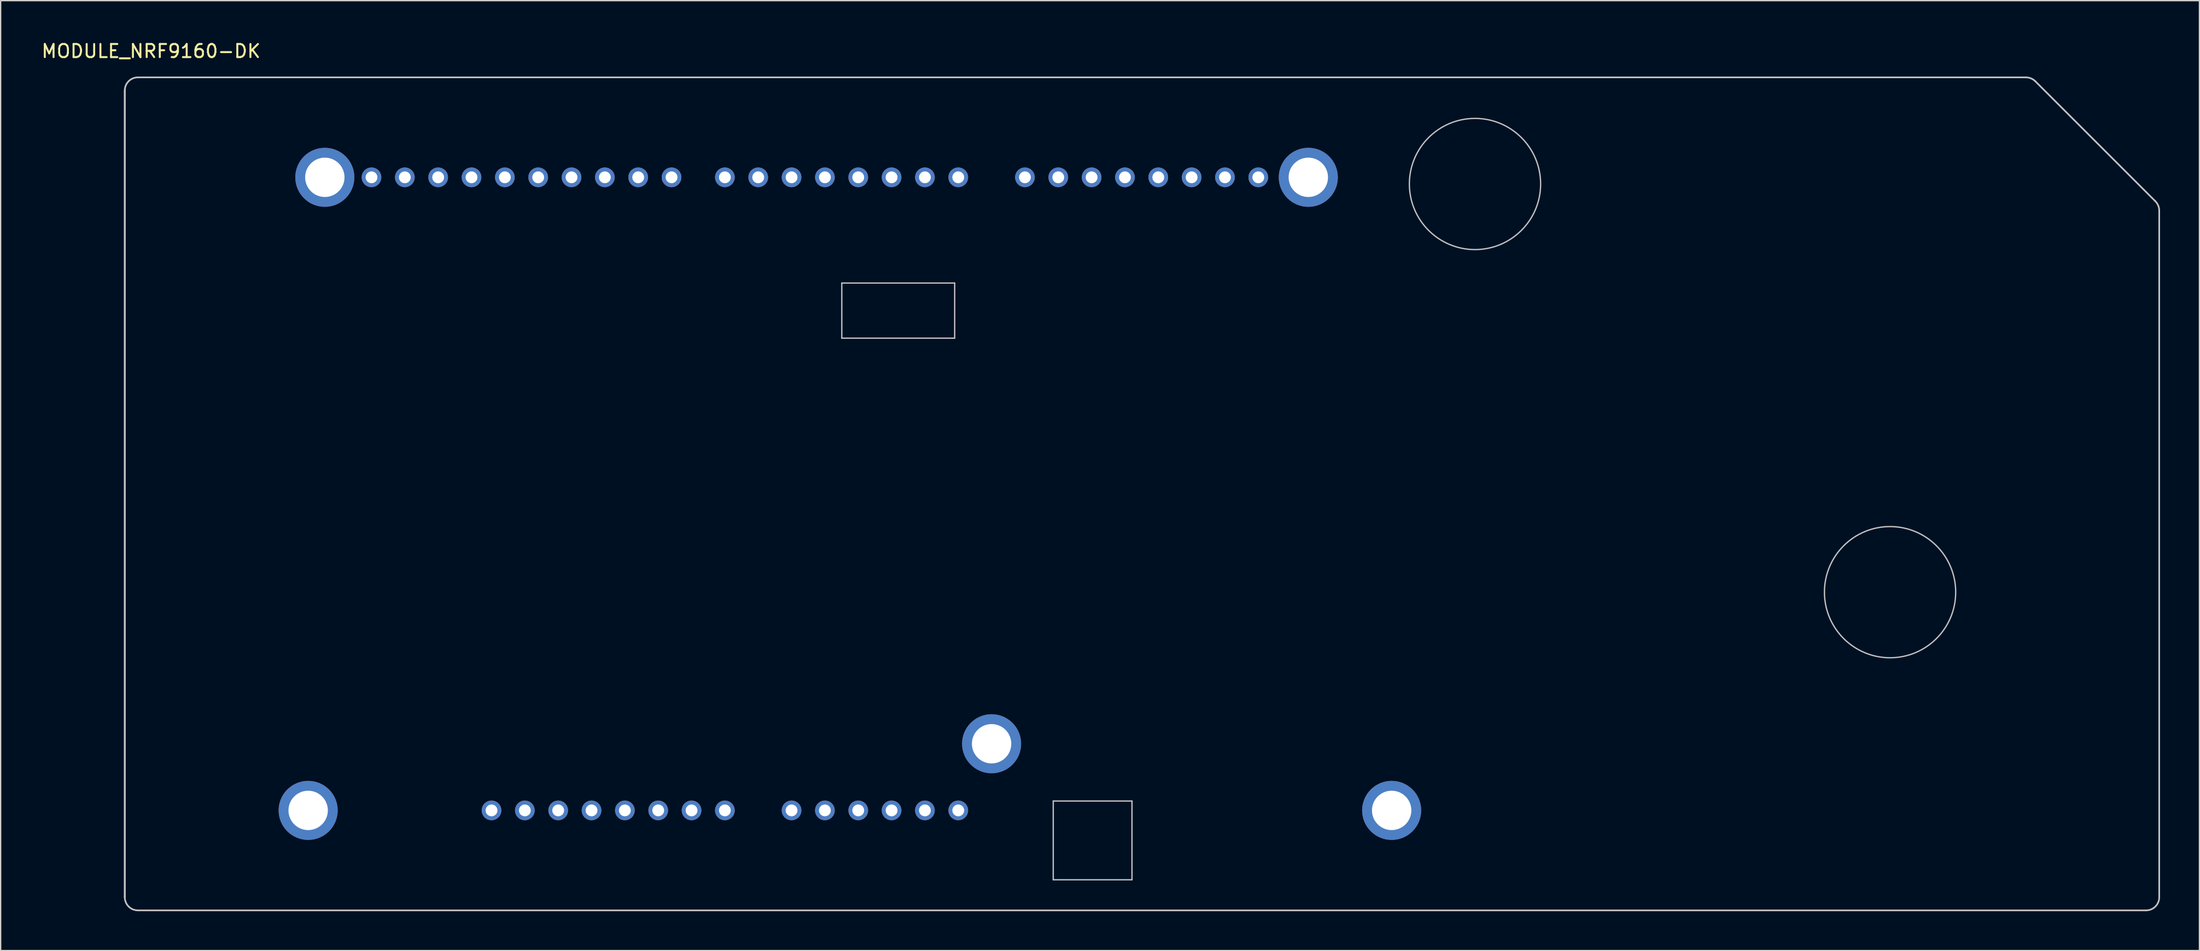
<source format=kicad_pcb>
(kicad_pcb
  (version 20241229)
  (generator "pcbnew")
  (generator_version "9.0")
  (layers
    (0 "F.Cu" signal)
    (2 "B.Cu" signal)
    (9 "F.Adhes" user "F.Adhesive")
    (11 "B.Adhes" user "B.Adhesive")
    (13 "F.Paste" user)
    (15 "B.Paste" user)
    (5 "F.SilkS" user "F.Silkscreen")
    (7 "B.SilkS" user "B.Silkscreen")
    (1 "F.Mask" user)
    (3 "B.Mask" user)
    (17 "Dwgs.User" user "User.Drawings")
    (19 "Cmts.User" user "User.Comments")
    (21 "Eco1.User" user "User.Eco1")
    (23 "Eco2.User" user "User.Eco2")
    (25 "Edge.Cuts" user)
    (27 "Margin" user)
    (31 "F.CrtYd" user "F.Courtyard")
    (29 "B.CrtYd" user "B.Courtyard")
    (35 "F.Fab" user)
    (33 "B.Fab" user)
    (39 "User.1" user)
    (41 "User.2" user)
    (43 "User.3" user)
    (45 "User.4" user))
  (footprint "MODULE_NRF9160-DK"
    (layer "F.Cu")
    (at 6.458 2.848)
    (property "Reference" "MODULE_NRF9160-DK" (at 2 -2 0) (layer "F.SilkS") (effects (font (size 1 1) (thickness 0.15))))
    (attr through_hole)
    (fp_line (start 0 62.5) (end 0 1) (stroke (width 0.127) (type solid)) (layer "Dwgs.User"))
    (fp_line (start 1 0) (end 144.829 0) (stroke (width 0.127) (type solid)) (layer "Dwgs.User"))
    (fp_line (start 54.628 19.881) (end 54.628 15.679) (stroke (width 0.1) (type default)) (layer "Dwgs.User"))
    (fp_line (start 54.628 19.881) (end 63.228 19.881) (stroke (width 0.1) (type default)) (layer "Dwgs.User"))
    (fp_line (start 63.228 15.679) (end 54.628 15.679) (stroke (width 0.1) (type default)) (layer "Dwgs.User"))
    (fp_line (start 63.228 15.679) (end 63.228 19.881) (stroke (width 0.1) (type default)) (layer "Dwgs.User"))
    (fp_line (start 70.737 55.166) (end 70.737 61.166) (stroke (width 0.1) (type default)) (layer "Dwgs.User"))
    (fp_line (start 70.737 55.166) (end 76.736 55.166) (stroke (width 0.1) (type default)) (layer "Dwgs.User"))
    (fp_line (start 70.737 61.166) (end 76.736 61.166) (stroke (width 0.1) (type default)) (layer "Dwgs.User"))
    (fp_line (start 76.736 61.166) (end 76.736 55.166) (stroke (width 0.1) (type default)) (layer "Dwgs.User"))
    (fp_line (start 145.553 0.291) (end 154.702 9.44) (stroke (width 0.127) (type solid)) (layer "Dwgs.User"))
    (fp_line (start 154 63.5) (end 1 63.5) (stroke (width 0.127) (type solid)) (layer "Dwgs.User"))
    (fp_line (start 155 10.158) (end 155 62.5) (stroke (width 0.127) (type solid)) (layer "Dwgs.User"))
    (fp_arc (start 0 1) (mid 0.292893 0.292894) (end 1 0) (stroke (width 0.127) (type solid)) (layer "Dwgs.User"))
    (fp_arc (start 1 63.5) (mid 0.292894 63.207107) (end 0 62.5) (stroke (width 0.127) (type solid)) (layer "Dwgs.User"))
    (fp_arc (start 144.829 0) (mid 145.219943 0.073491) (end 145.553 0.291) (stroke (width 0.127) (type solid)) (layer "Dwgs.User"))
    (fp_arc (start 154.702 9.44) (mid 154.92241 9.769362) (end 155 10.158) (stroke (width 0.127) (type solid)) (layer "Dwgs.User"))
    (fp_arc (start 155 62.5) (mid 154.707107 63.207106) (end 154 63.5) (stroke (width 0.127) (type solid)) (layer "Dwgs.User"))
    (fp_circle (center 102.87 8.128) (end 107.87 8.128) (stroke (width 0.1) (type default)) (fill no) (layer "Dwgs.User"))
    (fp_circle (center 134.493 39.243) (end 139.493 39.243) (stroke (width 0.1) (type default)) (fill no) (layer "Dwgs.User"))
    (fp_line (start 0 62.5) (end 0 1) (stroke (width 0.127) (type solid)) (layer "F.Fab"))
    (pad "" thru_hole circle (at 13.97 55.879) (size 4.5 4.5) (drill 3) (layers "*.Cu" "*.Mask"))
    (pad "" thru_hole circle (at 15.24 7.619) (size 4.5 4.5) (drill 3) (layers "*.Cu" "*.Mask"))
    (pad "" thru_hole circle (at 66.04 50.799) (size 4.5 4.5) (drill 3) (layers "*.Cu" "*.Mask"))
    (pad "" thru_hole circle (at 90.17 7.619) (size 4.5 4.5) (drill 3) (layers "*.Cu" "*.Mask"))
    (pad "" thru_hole circle (at 96.52 55.879) (size 4.5 4.5) (drill 3) (layers "*.Cu" "*.Mask"))
    (pad "P1_1" thru_hole circle (at 27.94 55.879) (size 1.5 1.5) (drill 0.9) (layers "*.Cu" "*.Mask"))
    (pad "P1_2" thru_hole circle (at 30.48 55.879) (size 1.5 1.5) (drill 0.9) (layers "*.Cu" "*.Mask"))
    (pad "P1_3" thru_hole circle (at 33.02 55.879) (size 1.5 1.5) (drill 0.9) (layers "*.Cu" "*.Mask"))
    (pad "P1_4" thru_hole circle (at 35.56 55.879) (size 1.5 1.5) (drill 0.9) (layers "*.Cu" "*.Mask"))
    (pad "P1_5" thru_hole circle (at 38.1 55.879) (size 1.5 1.5) (drill 0.9) (layers "*.Cu" "*.Mask"))
    (pad "P1_6" thru_hole circle (at 40.64 55.879) (size 1.5 1.5) (drill 0.9) (layers "*.Cu" "*.Mask"))
    (pad "P1_7" thru_hole circle (at 43.18 55.879) (size 1.5 1.5) (drill 0.9) (layers "*.Cu" "*.Mask"))
    (pad "P1_8" thru_hole circle (at 45.72 55.879) (size 1.5 1.5) (drill 0.9) (layers "*.Cu" "*.Mask"))
    (pad "P2_1" thru_hole circle (at 50.8 55.879) (size 1.5 1.5) (drill 0.9) (layers "*.Cu" "*.Mask"))
    (pad "P2_2" thru_hole circle (at 53.34 55.879) (size 1.5 1.5) (drill 0.9) (layers "*.Cu" "*.Mask"))
    (pad "P2_3" thru_hole circle (at 55.88 55.879) (size 1.5 1.5) (drill 0.9) (layers "*.Cu" "*.Mask"))
    (pad "P2_4" thru_hole circle (at 58.42 55.879) (size 1.5 1.5) (drill 0.9) (layers "*.Cu" "*.Mask"))
    (pad "P2_5" thru_hole circle (at 60.96 55.879) (size 1.5 1.5) (drill 0.9) (layers "*.Cu" "*.Mask"))
    (pad "P2_6" thru_hole circle (at 63.5 55.879) (size 1.5 1.5) (drill 0.9) (layers "*.Cu" "*.Mask"))
    (pad "P3_1" thru_hole circle (at 63.5 7.619) (size 1.5 1.5) (drill 0.9) (layers "*.Cu" "*.Mask"))
    (pad "P3_2" thru_hole circle (at 60.96 7.619) (size 1.5 1.5) (drill 0.9) (layers "*.Cu" "*.Mask"))
    (pad "P3_3" thru_hole circle (at 58.42 7.619) (size 1.5 1.5) (drill 0.9) (layers "*.Cu" "*.Mask"))
    (pad "P3_4" thru_hole circle (at 55.88 7.619) (size 1.5 1.5) (drill 0.9) (layers "*.Cu" "*.Mask"))
    (pad "P3_5" thru_hole circle (at 53.34 7.619) (size 1.5 1.5) (drill 0.9) (layers "*.Cu" "*.Mask"))
    (pad "P3_6" thru_hole circle (at 50.8 7.619) (size 1.5 1.5) (drill 0.9) (layers "*.Cu" "*.Mask"))
    (pad "P3_7" thru_hole circle (at 48.26 7.619) (size 1.5 1.5) (drill 0.9) (layers "*.Cu" "*.Mask"))
    (pad "P3_8" thru_hole circle (at 45.72 7.619) (size 1.5 1.5) (drill 0.9) (layers "*.Cu" "*.Mask"))
    (pad "P4_1" thru_hole circle (at 41.656 7.619) (size 1.5 1.5) (drill 0.9) (layers "*.Cu" "*.Mask"))
    (pad "P4_2" thru_hole circle (at 39.116 7.619) (size 1.5 1.5) (drill 0.9) (layers "*.Cu" "*.Mask"))
    (pad "P4_3" thru_hole circle (at 36.576 7.619) (size 1.5 1.5) (drill 0.9) (layers "*.Cu" "*.Mask"))
    (pad "P4_4" thru_hole circle (at 34.036 7.619) (size 1.5 1.5) (drill 0.9) (layers "*.Cu" "*.Mask"))
    (pad "P4_5" thru_hole circle (at 31.496 7.619) (size 1.5 1.5) (drill 0.9) (layers "*.Cu" "*.Mask"))
    (pad "P4_6" thru_hole circle (at 28.956 7.619) (size 1.5 1.5) (drill 0.9) (layers "*.Cu" "*.Mask"))
    (pad "P4_7" thru_hole circle (at 26.416 7.619) (size 1.5 1.5) (drill 0.9) (layers "*.Cu" "*.Mask"))
    (pad "P4_8" thru_hole circle (at 23.876 7.619) (size 1.5 1.5) (drill 0.9) (layers "*.Cu" "*.Mask"))
    (pad "P4_9" thru_hole circle (at 21.336 7.619) (size 1.5 1.5) (drill 0.9) (layers "*.Cu" "*.Mask"))
    (pad "P4_10" thru_hole circle (at 18.796 7.619) (size 1.5 1.5) (drill 0.9) (layers "*.Cu" "*.Mask"))
    (pad "P6_1" thru_hole circle (at 86.36 7.619) (size 1.5 1.5) (drill 0.9) (layers "*.Cu" "*.Mask"))
    (pad "P6_2" thru_hole circle (at 83.82 7.619) (size 1.5 1.5) (drill 0.9) (layers "*.Cu" "*.Mask"))
    (pad "P6_3" thru_hole circle (at 81.28 7.619) (size 1.5 1.5) (drill 0.9) (layers "*.Cu" "*.Mask"))
    (pad "P6_4" thru_hole circle (at 78.74 7.619) (size 1.5 1.5) (drill 0.9) (layers "*.Cu" "*.Mask"))
    (pad "P6_5" thru_hole circle (at 76.2 7.619) (size 1.5 1.5) (drill 0.9) (layers "*.Cu" "*.Mask"))
    (pad "P6_6" thru_hole circle (at 73.66 7.619) (size 1.5 1.5) (drill 0.9) (layers "*.Cu" "*.Mask"))
    (pad "P6_7" thru_hole circle (at 71.12 7.619) (size 1.5 1.5) (drill 0.9) (layers "*.Cu" "*.Mask"))
    (pad "P6_8" thru_hole circle (at 68.58 7.619) (size 1.5 1.5) (drill 0.9) (layers "*.Cu" "*.Mask")))
  (gr_rect
    (start -3 -3)
    (end 164.522 69.412)
    (stroke (width 0.1) (type default))
    (fill no)
    (layer "Edge.Cuts")))
</source>
